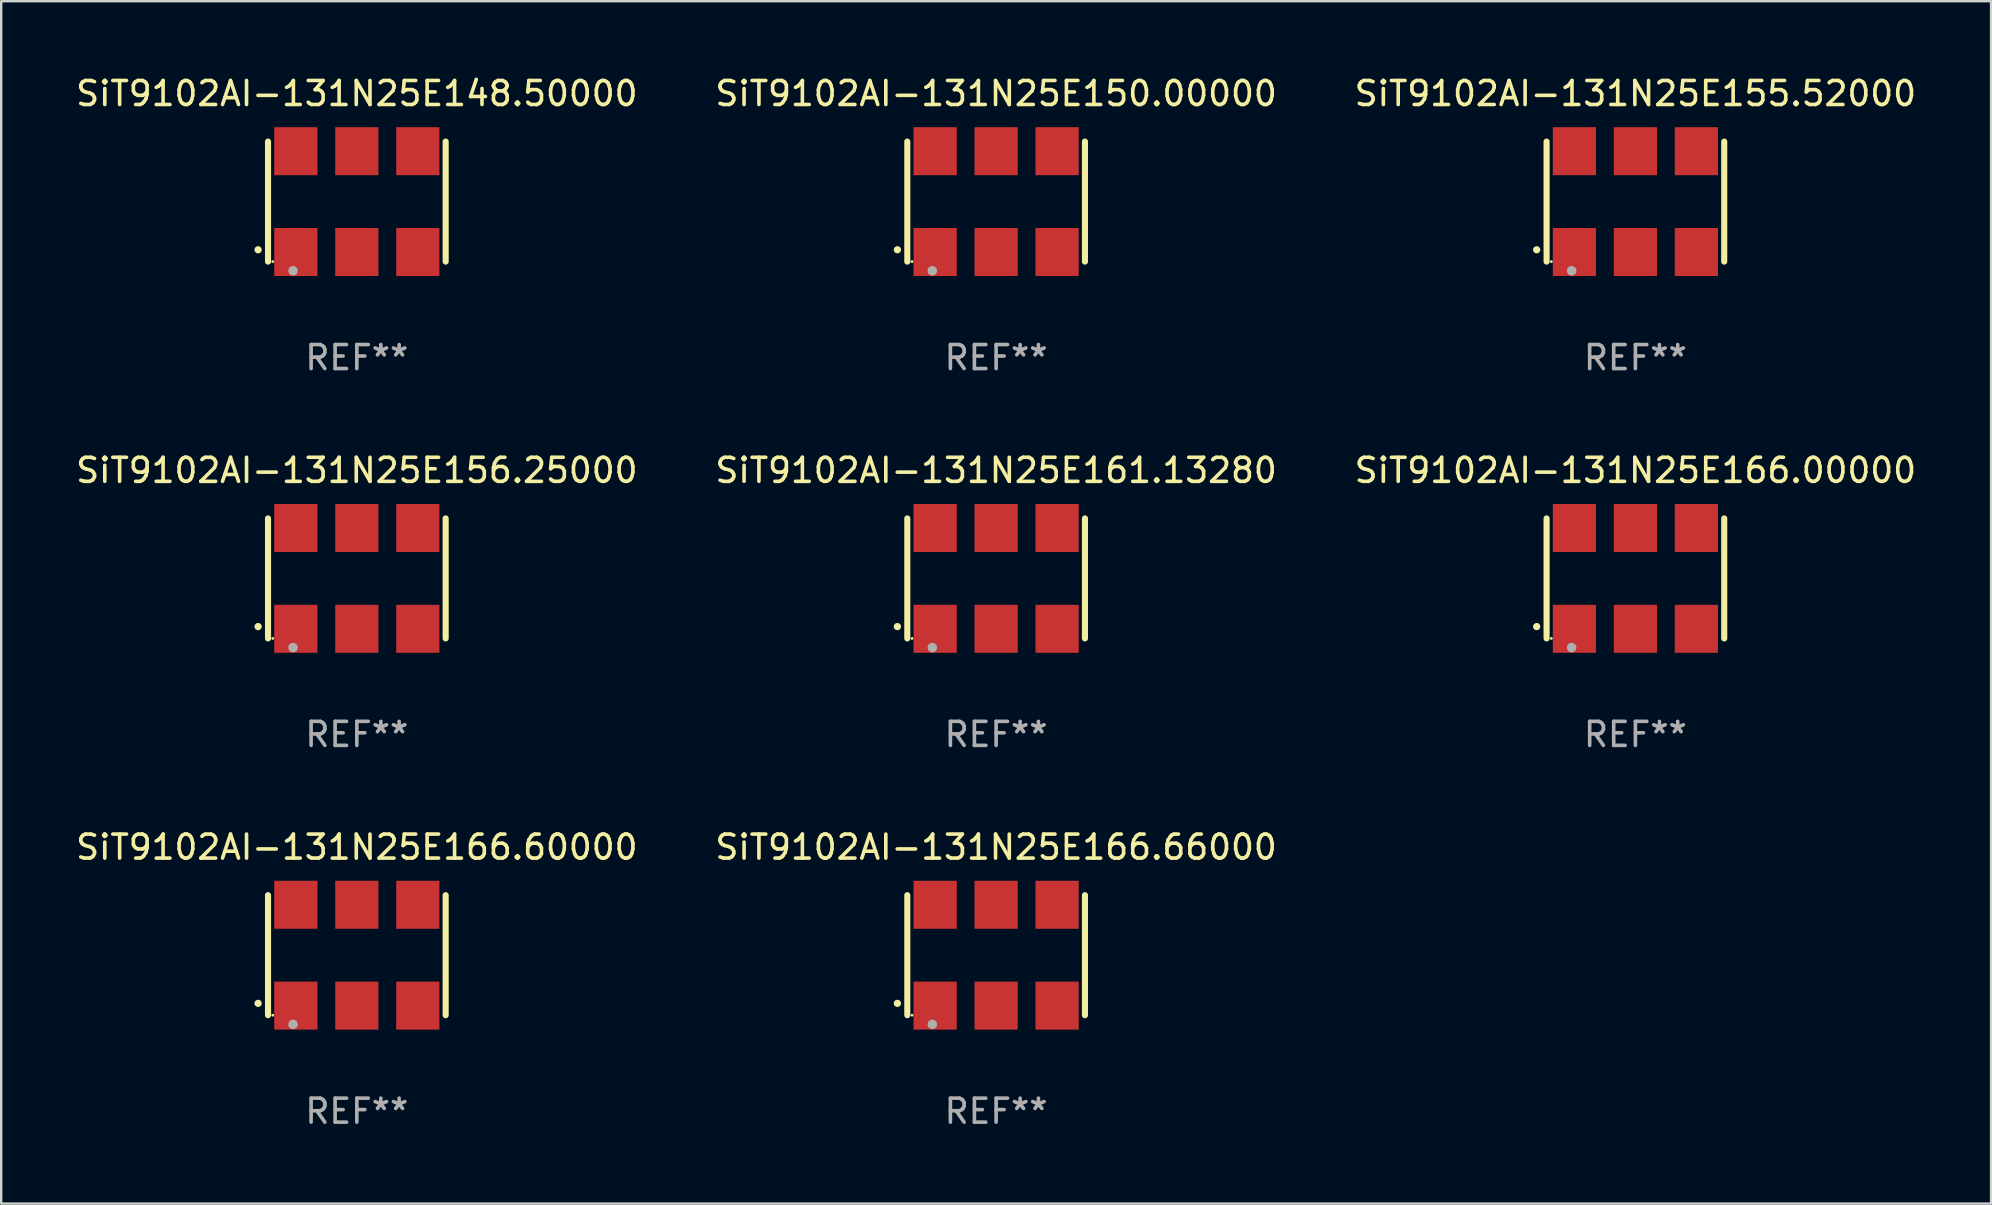
<source format=kicad_pcb>
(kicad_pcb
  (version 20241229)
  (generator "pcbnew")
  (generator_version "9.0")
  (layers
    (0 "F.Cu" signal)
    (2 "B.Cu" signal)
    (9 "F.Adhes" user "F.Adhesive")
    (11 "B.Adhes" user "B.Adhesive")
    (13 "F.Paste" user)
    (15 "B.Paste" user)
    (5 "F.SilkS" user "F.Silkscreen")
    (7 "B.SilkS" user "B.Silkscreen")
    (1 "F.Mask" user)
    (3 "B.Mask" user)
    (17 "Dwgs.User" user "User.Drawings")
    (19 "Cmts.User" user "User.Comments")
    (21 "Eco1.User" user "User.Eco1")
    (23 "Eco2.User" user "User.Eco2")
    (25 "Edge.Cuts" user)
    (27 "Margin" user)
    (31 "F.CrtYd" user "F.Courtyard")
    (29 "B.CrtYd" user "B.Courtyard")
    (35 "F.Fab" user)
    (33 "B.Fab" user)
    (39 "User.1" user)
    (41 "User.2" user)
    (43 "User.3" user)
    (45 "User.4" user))
  (footprint "SiT9102AI-131N25E161.13280"
    (layer "F.Cu")
    (at 38.446 21.045)
    (property "Reference" "SiT9102AI-131N25E161.13280" (at 0 -4.5 0) (layer "F.SilkS") (effects (font (size 1 1) (thickness 0.15))))
    (attr through_hole)
    (fp_line (start -3.7 -2.5) (end -3.7 2.5) (stroke (width 0.254) (type solid)) (layer "F.SilkS"))
    (fp_line (start 3.7 -2.5) (end 3.7 2.5) (stroke (width 0.254) (type solid)) (layer "F.SilkS"))
    (fp_arc (start -4.114415 2.006604) (mid -4.113145 2.006599) (end -4.111875 2.006604) (stroke (width 0.3) (type solid)) (layer "F.SilkS"))
    (fp_circle (center -3.502 2.5) (end -3.472 2.5) (stroke (width 0.06) (type solid)) (fill no) (layer "F.SilkS"))
    (fp_circle (center -2.657 2.882) (end -2.557 2.882) (stroke (width 0.2) (type solid)) (fill no) (layer "F.Fab"))
    (fp_text user "REF**" (at 0 6.5 0) (layer "F.Fab") (effects (font (size 1 1) (thickness 0.15))))
    (pad "1" smd rect (at -2.54 2.1) (size 1.8 2) (layers "F.Cu" "F.Mask" "F.Paste"))
    (pad "2" smd rect (at 0.000394 2.1) (size 1.8 2) (layers "F.Cu" "F.Mask" "F.Paste"))
    (pad "3" smd rect (at 2.54 2.1) (size 1.8 2) (layers "F.Cu" "F.Mask" "F.Paste"))
    (pad "4" smd rect (at 2.54 -2.1) (size 1.8 2) (layers "F.Cu" "F.Mask" "F.Paste"))
    (pad "5" smd rect (at 0.000394 -2.1) (size 1.8 2) (layers "F.Cu" "F.Mask" "F.Paste"))
    (pad "6" smd rect (at -2.54 -2.1) (size 1.8 2) (layers "F.Cu" "F.Mask" "F.Paste")))
  (footprint "SiT9102AI-131N25E148.50000"
    (layer "F.Cu")
    (at 11.815 5.348)
    (property "Reference" "SiT9102AI-131N25E148.50000" (at 0 -4.5 0) (layer "F.SilkS") (effects (font (size 1 1) (thickness 0.15))))
    (attr through_hole)
    (fp_line (start -3.7 -2.5) (end -3.7 2.5) (stroke (width 0.254) (type solid)) (layer "F.SilkS"))
    (fp_line (start 3.7 -2.5) (end 3.7 2.5) (stroke (width 0.254) (type solid)) (layer "F.SilkS"))
    (fp_arc (start -4.114415 2.006604) (mid -4.113145 2.006599) (end -4.111875 2.006604) (stroke (width 0.3) (type solid)) (layer "F.SilkS"))
    (fp_circle (center -3.502 2.5) (end -3.472 2.5) (stroke (width 0.06) (type solid)) (fill no) (layer "F.SilkS"))
    (fp_circle (center -2.657 2.882) (end -2.557 2.882) (stroke (width 0.2) (type solid)) (fill no) (layer "F.Fab"))
    (fp_text user "REF**" (at 0 6.5 0) (layer "F.Fab") (effects (font (size 1 1) (thickness 0.15))))
    (pad "1" smd rect (at -2.54 2.1) (size 1.8 2) (layers "F.Cu" "F.Mask" "F.Paste"))
    (pad "2" smd rect (at 0.000394 2.1) (size 1.8 2) (layers "F.Cu" "F.Mask" "F.Paste"))
    (pad "3" smd rect (at 2.54 2.1) (size 1.8 2) (layers "F.Cu" "F.Mask" "F.Paste"))
    (pad "4" smd rect (at 2.54 -2.1) (size 1.8 2) (layers "F.Cu" "F.Mask" "F.Paste"))
    (pad "5" smd rect (at 0.000394 -2.1) (size 1.8 2) (layers "F.Cu" "F.Mask" "F.Paste"))
    (pad "6" smd rect (at -2.54 -2.1) (size 1.8 2) (layers "F.Cu" "F.Mask" "F.Paste")))
  (footprint "SiT9102AI-131N25E166.00000"
    (layer "F.Cu")
    (at 65.077 21.045)
    (property "Reference" "SiT9102AI-131N25E166.00000" (at 0 -4.5 0) (layer "F.SilkS") (effects (font (size 1 1) (thickness 0.15))))
    (attr through_hole)
    (fp_line (start -3.7 -2.5) (end -3.7 2.5) (stroke (width 0.254) (type solid)) (layer "F.SilkS"))
    (fp_line (start 3.7 -2.5) (end 3.7 2.5) (stroke (width 0.254) (type solid)) (layer "F.SilkS"))
    (fp_arc (start -4.114415 2.006604) (mid -4.113145 2.006599) (end -4.111875 2.006604) (stroke (width 0.3) (type solid)) (layer "F.SilkS"))
    (fp_circle (center -3.502 2.5) (end -3.472 2.5) (stroke (width 0.06) (type solid)) (fill no) (layer "F.SilkS"))
    (fp_circle (center -2.657 2.882) (end -2.557 2.882) (stroke (width 0.2) (type solid)) (fill no) (layer "F.Fab"))
    (fp_text user "REF**" (at 0 6.5 0) (layer "F.Fab") (effects (font (size 1 1) (thickness 0.15))))
    (pad "1" smd rect (at -2.54 2.1) (size 1.8 2) (layers "F.Cu" "F.Mask" "F.Paste"))
    (pad "2" smd rect (at 0.000394 2.1) (size 1.8 2) (layers "F.Cu" "F.Mask" "F.Paste"))
    (pad "3" smd rect (at 2.54 2.1) (size 1.8 2) (layers "F.Cu" "F.Mask" "F.Paste"))
    (pad "4" smd rect (at 2.54 -2.1) (size 1.8 2) (layers "F.Cu" "F.Mask" "F.Paste"))
    (pad "5" smd rect (at 0.000394 -2.1) (size 1.8 2) (layers "F.Cu" "F.Mask" "F.Paste"))
    (pad "6" smd rect (at -2.54 -2.1) (size 1.8 2) (layers "F.Cu" "F.Mask" "F.Paste")))
  (footprint "SiT9102AI-131N25E150.00000"
    (layer "F.Cu")
    (at 38.446 5.348)
    (property "Reference" "SiT9102AI-131N25E150.00000" (at 0 -4.5 0) (layer "F.SilkS") (effects (font (size 1 1) (thickness 0.15))))
    (attr through_hole)
    (fp_line (start -3.7 -2.5) (end -3.7 2.5) (stroke (width 0.254) (type solid)) (layer "F.SilkS"))
    (fp_line (start 3.7 -2.5) (end 3.7 2.5) (stroke (width 0.254) (type solid)) (layer "F.SilkS"))
    (fp_arc (start -4.114415 2.006604) (mid -4.113145 2.006599) (end -4.111875 2.006604) (stroke (width 0.3) (type solid)) (layer "F.SilkS"))
    (fp_circle (center -3.502 2.5) (end -3.472 2.5) (stroke (width 0.06) (type solid)) (fill no) (layer "F.SilkS"))
    (fp_circle (center -2.657 2.882) (end -2.557 2.882) (stroke (width 0.2) (type solid)) (fill no) (layer "F.Fab"))
    (fp_text user "REF**" (at 0 6.5 0) (layer "F.Fab") (effects (font (size 1 1) (thickness 0.15))))
    (pad "1" smd rect (at -2.54 2.1) (size 1.8 2) (layers "F.Cu" "F.Mask" "F.Paste"))
    (pad "2" smd rect (at 0.000394 2.1) (size 1.8 2) (layers "F.Cu" "F.Mask" "F.Paste"))
    (pad "3" smd rect (at 2.54 2.1) (size 1.8 2) (layers "F.Cu" "F.Mask" "F.Paste"))
    (pad "4" smd rect (at 2.54 -2.1) (size 1.8 2) (layers "F.Cu" "F.Mask" "F.Paste"))
    (pad "5" smd rect (at 0.000394 -2.1) (size 1.8 2) (layers "F.Cu" "F.Mask" "F.Paste"))
    (pad "6" smd rect (at -2.54 -2.1) (size 1.8 2) (layers "F.Cu" "F.Mask" "F.Paste")))
  (footprint "SiT9102AI-131N25E166.66000"
    (layer "F.Cu")
    (at 38.446 36.741)
    (property "Reference" "SiT9102AI-131N25E166.66000" (at 0 -4.5 0) (layer "F.SilkS") (effects (font (size 1 1) (thickness 0.15))))
    (attr through_hole)
    (fp_line (start -3.7 -2.5) (end -3.7 2.5) (stroke (width 0.254) (type solid)) (layer "F.SilkS"))
    (fp_line (start 3.7 -2.5) (end 3.7 2.5) (stroke (width 0.254) (type solid)) (layer "F.SilkS"))
    (fp_arc (start -4.114415 2.006604) (mid -4.113145 2.006599) (end -4.111875 2.006604) (stroke (width 0.3) (type solid)) (layer "F.SilkS"))
    (fp_circle (center -3.502 2.5) (end -3.472 2.5) (stroke (width 0.06) (type solid)) (fill no) (layer "F.SilkS"))
    (fp_circle (center -2.657 2.882) (end -2.557 2.882) (stroke (width 0.2) (type solid)) (fill no) (layer "F.Fab"))
    (fp_text user "REF**" (at 0 6.5 0) (layer "F.Fab") (effects (font (size 1 1) (thickness 0.15))))
    (pad "1" smd rect (at -2.54 2.1) (size 1.8 2) (layers "F.Cu" "F.Mask" "F.Paste"))
    (pad "2" smd rect (at 0.000394 2.1) (size 1.8 2) (layers "F.Cu" "F.Mask" "F.Paste"))
    (pad "3" smd rect (at 2.54 2.1) (size 1.8 2) (layers "F.Cu" "F.Mask" "F.Paste"))
    (pad "4" smd rect (at 2.54 -2.1) (size 1.8 2) (layers "F.Cu" "F.Mask" "F.Paste"))
    (pad "5" smd rect (at 0.000394 -2.1) (size 1.8 2) (layers "F.Cu" "F.Mask" "F.Paste"))
    (pad "6" smd rect (at -2.54 -2.1) (size 1.8 2) (layers "F.Cu" "F.Mask" "F.Paste")))
  (footprint "SiT9102AI-131N25E166.60000"
    (layer "F.Cu")
    (at 11.815 36.741)
    (property "Reference" "SiT9102AI-131N25E166.60000" (at 0 -4.5 0) (layer "F.SilkS") (effects (font (size 1 1) (thickness 0.15))))
    (attr through_hole)
    (fp_line (start -3.7 -2.5) (end -3.7 2.5) (stroke (width 0.254) (type solid)) (layer "F.SilkS"))
    (fp_line (start 3.7 -2.5) (end 3.7 2.5) (stroke (width 0.254) (type solid)) (layer "F.SilkS"))
    (fp_arc (start -4.114415 2.006604) (mid -4.113145 2.006599) (end -4.111875 2.006604) (stroke (width 0.3) (type solid)) (layer "F.SilkS"))
    (fp_circle (center -3.502 2.5) (end -3.472 2.5) (stroke (width 0.06) (type solid)) (fill no) (layer "F.SilkS"))
    (fp_circle (center -2.657 2.882) (end -2.557 2.882) (stroke (width 0.2) (type solid)) (fill no) (layer "F.Fab"))
    (fp_text user "REF**" (at 0 6.5 0) (layer "F.Fab") (effects (font (size 1 1) (thickness 0.15))))
    (pad "1" smd rect (at -2.54 2.1) (size 1.8 2) (layers "F.Cu" "F.Mask" "F.Paste"))
    (pad "2" smd rect (at 0.000394 2.1) (size 1.8 2) (layers "F.Cu" "F.Mask" "F.Paste"))
    (pad "3" smd rect (at 2.54 2.1) (size 1.8 2) (layers "F.Cu" "F.Mask" "F.Paste"))
    (pad "4" smd rect (at 2.54 -2.1) (size 1.8 2) (layers "F.Cu" "F.Mask" "F.Paste"))
    (pad "5" smd rect (at 0.000394 -2.1) (size 1.8 2) (layers "F.Cu" "F.Mask" "F.Paste"))
    (pad "6" smd rect (at -2.54 -2.1) (size 1.8 2) (layers "F.Cu" "F.Mask" "F.Paste")))
  (footprint "SiT9102AI-131N25E156.25000"
    (layer "F.Cu")
    (at 11.815 21.045)
    (property "Reference" "SiT9102AI-131N25E156.25000" (at 0 -4.5 0) (layer "F.SilkS") (effects (font (size 1 1) (thickness 0.15))))
    (attr through_hole)
    (fp_line (start -3.7 -2.5) (end -3.7 2.5) (stroke (width 0.254) (type solid)) (layer "F.SilkS"))
    (fp_line (start 3.7 -2.5) (end 3.7 2.5) (stroke (width 0.254) (type solid)) (layer "F.SilkS"))
    (fp_arc (start -4.114415 2.006604) (mid -4.113145 2.006599) (end -4.111875 2.006604) (stroke (width 0.3) (type solid)) (layer "F.SilkS"))
    (fp_circle (center -3.502 2.5) (end -3.472 2.5) (stroke (width 0.06) (type solid)) (fill no) (layer "F.SilkS"))
    (fp_circle (center -2.657 2.882) (end -2.557 2.882) (stroke (width 0.2) (type solid)) (fill no) (layer "F.Fab"))
    (fp_text user "REF**" (at 0 6.5 0) (layer "F.Fab") (effects (font (size 1 1) (thickness 0.15))))
    (pad "1" smd rect (at -2.54 2.1) (size 1.8 2) (layers "F.Cu" "F.Mask" "F.Paste"))
    (pad "2" smd rect (at 0.000394 2.1) (size 1.8 2) (layers "F.Cu" "F.Mask" "F.Paste"))
    (pad "3" smd rect (at 2.54 2.1) (size 1.8 2) (layers "F.Cu" "F.Mask" "F.Paste"))
    (pad "4" smd rect (at 2.54 -2.1) (size 1.8 2) (layers "F.Cu" "F.Mask" "F.Paste"))
    (pad "5" smd rect (at 0.000394 -2.1) (size 1.8 2) (layers "F.Cu" "F.Mask" "F.Paste"))
    (pad "6" smd rect (at -2.54 -2.1) (size 1.8 2) (layers "F.Cu" "F.Mask" "F.Paste")))
  (footprint "SiT9102AI-131N25E155.52000"
    (layer "F.Cu")
    (at 65.077 5.348)
    (property "Reference" "SiT9102AI-131N25E155.52000" (at 0 -4.5 0) (layer "F.SilkS") (effects (font (size 1 1) (thickness 0.15))))
    (attr through_hole)
    (fp_line (start -3.7 -2.5) (end -3.7 2.5) (stroke (width 0.254) (type solid)) (layer "F.SilkS"))
    (fp_line (start 3.7 -2.5) (end 3.7 2.5) (stroke (width 0.254) (type solid)) (layer "F.SilkS"))
    (fp_arc (start -4.114415 2.006604) (mid -4.113145 2.006599) (end -4.111875 2.006604) (stroke (width 0.3) (type solid)) (layer "F.SilkS"))
    (fp_circle (center -3.502 2.5) (end -3.472 2.5) (stroke (width 0.06) (type solid)) (fill no) (layer "F.SilkS"))
    (fp_circle (center -2.657 2.882) (end -2.557 2.882) (stroke (width 0.2) (type solid)) (fill no) (layer "F.Fab"))
    (fp_text user "REF**" (at 0 6.5 0) (layer "F.Fab") (effects (font (size 1 1) (thickness 0.15))))
    (pad "1" smd rect (at -2.54 2.1) (size 1.8 2) (layers "F.Cu" "F.Mask" "F.Paste"))
    (pad "2" smd rect (at 0.000394 2.1) (size 1.8 2) (layers "F.Cu" "F.Mask" "F.Paste"))
    (pad "3" smd rect (at 2.54 2.1) (size 1.8 2) (layers "F.Cu" "F.Mask" "F.Paste"))
    (pad "4" smd rect (at 2.54 -2.1) (size 1.8 2) (layers "F.Cu" "F.Mask" "F.Paste"))
    (pad "5" smd rect (at 0.000394 -2.1) (size 1.8 2) (layers "F.Cu" "F.Mask" "F.Paste"))
    (pad "6" smd rect (at -2.54 -2.1) (size 1.8 2) (layers "F.Cu" "F.Mask" "F.Paste")))
  (gr_rect
    (start -3 -3)
    (end 79.893 47.09)
    (stroke (width 0.1) (type default))
    (fill no)
    (layer "Edge.Cuts")))
</source>
